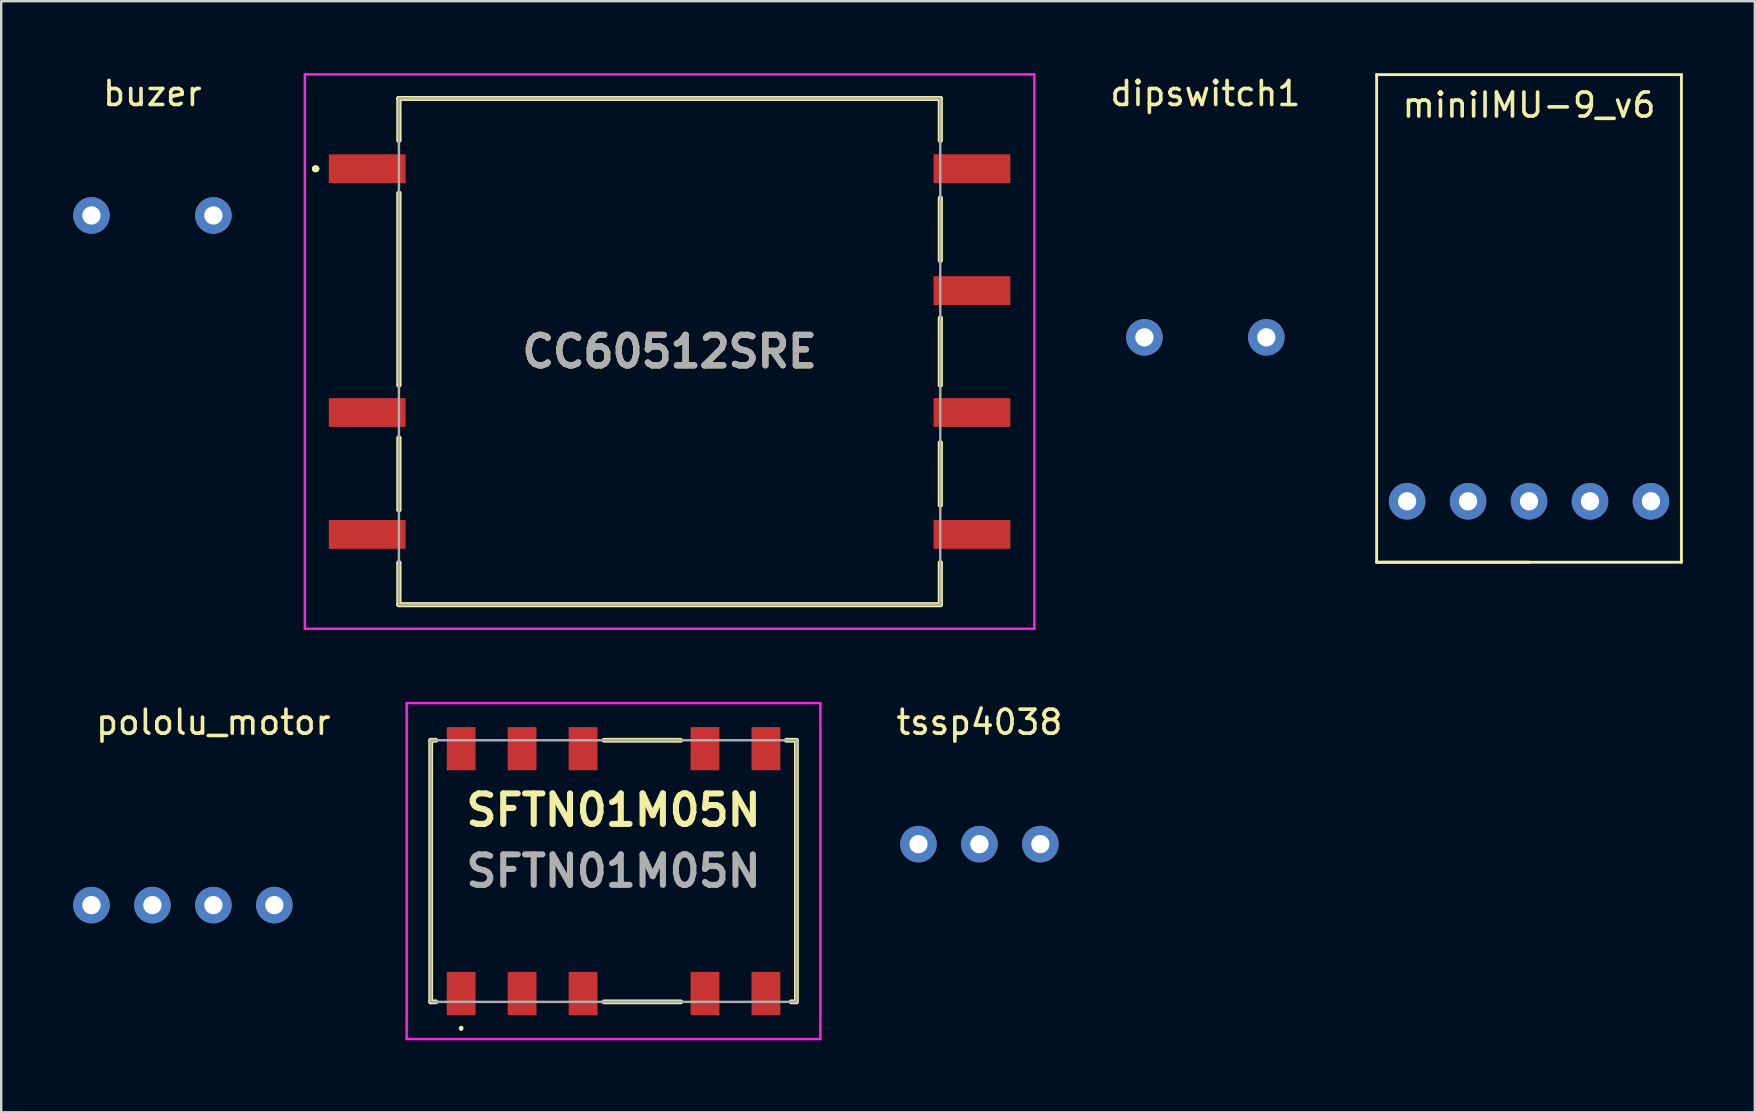
<source format=kicad_pcb>
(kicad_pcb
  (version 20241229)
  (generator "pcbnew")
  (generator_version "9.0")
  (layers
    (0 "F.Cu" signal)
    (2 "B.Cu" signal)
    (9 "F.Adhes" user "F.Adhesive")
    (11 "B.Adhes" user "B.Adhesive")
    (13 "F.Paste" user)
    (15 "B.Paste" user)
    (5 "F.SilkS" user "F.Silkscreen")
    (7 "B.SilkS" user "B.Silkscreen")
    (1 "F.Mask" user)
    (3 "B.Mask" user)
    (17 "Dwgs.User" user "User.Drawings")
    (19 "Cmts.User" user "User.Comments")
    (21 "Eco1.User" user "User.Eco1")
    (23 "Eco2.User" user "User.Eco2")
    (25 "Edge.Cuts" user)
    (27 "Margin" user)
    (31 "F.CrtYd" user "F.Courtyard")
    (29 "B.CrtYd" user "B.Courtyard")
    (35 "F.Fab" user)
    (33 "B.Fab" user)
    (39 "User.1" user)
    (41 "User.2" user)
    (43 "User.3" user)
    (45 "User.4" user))
  (footprint "CC60512SRE"
    (layer "F.Cu")
    (at 24.854 11.6)
    (property "Reference" "CC60512SRE" (at 0 0 0) (layer "F.SilkS") (effects (font (size 1.27 1.27) (thickness 0.254))))
    (attr smd)
    (fp_line (start -14.8 -7.62) (end -14.8 -7.62) (stroke (width 0.2) (type solid)) (layer "F.SilkS"))
    (fp_line (start -14.8 -7.62) (end -14.8 -7.62) (stroke (width 0.2) (type solid)) (layer "F.SilkS"))
    (fp_line (start -14.7 -7.62) (end -14.7 -7.62) (stroke (width 0.2) (type solid)) (layer "F.SilkS"))
    (fp_line (start -11.28 -10.55) (end -11.28 -10.55) (stroke (width 0.2) (type solid)) (layer "F.SilkS"))
    (fp_line (start -11.28 -10.55) (end -11.28 -10.55) (stroke (width 0.2) (type solid)) (layer "F.SilkS"))
    (fp_line (start -11.28 -10.55) (end -11.28 -8.8) (stroke (width 0.2) (type solid)) (layer "F.SilkS"))
    (fp_line (start -11.28 -10.55) (end 11.28 -10.55) (stroke (width 0.2) (type solid)) (layer "F.SilkS"))
    (fp_line (start -11.28 -8.8) (end -11.28 -10.55) (stroke (width 0.2) (type solid)) (layer "F.SilkS"))
    (fp_line (start -11.28 -8.8) (end -11.28 -8.8) (stroke (width 0.2) (type solid)) (layer "F.SilkS"))
    (fp_line (start -11.28 -6.6) (end -11.28 -6.6) (stroke (width 0.2) (type solid)) (layer "F.SilkS"))
    (fp_line (start -11.28 -6.6) (end -11.28 1.4) (stroke (width 0.2) (type solid)) (layer "F.SilkS"))
    (fp_line (start -11.28 1.4) (end -11.28 -6.6) (stroke (width 0.2) (type solid)) (layer "F.SilkS"))
    (fp_line (start -11.28 1.4) (end -11.28 1.4) (stroke (width 0.2) (type solid)) (layer "F.SilkS"))
    (fp_line (start -11.28 3.6) (end -11.28 3.6) (stroke (width 0.2) (type solid)) (layer "F.SilkS"))
    (fp_line (start -11.28 3.6) (end -11.28 6.6) (stroke (width 0.2) (type solid)) (layer "F.SilkS"))
    (fp_line (start -11.28 6.6) (end -11.28 3.6) (stroke (width 0.2) (type solid)) (layer "F.SilkS"))
    (fp_line (start -11.28 6.6) (end -11.28 6.6) (stroke (width 0.2) (type solid)) (layer "F.SilkS"))
    (fp_line (start -11.28 8.8) (end -11.28 8.8) (stroke (width 0.2) (type solid)) (layer "F.SilkS"))
    (fp_line (start -11.28 8.8) (end -11.28 10.55) (stroke (width 0.2) (type solid)) (layer "F.SilkS"))
    (fp_line (start -11.28 10.55) (end -11.28 8.8) (stroke (width 0.2) (type solid)) (layer "F.SilkS"))
    (fp_line (start -11.28 10.55) (end -11.28 10.55) (stroke (width 0.2) (type solid)) (layer "F.SilkS"))
    (fp_line (start -11.28 10.55) (end -11.28 10.55) (stroke (width 0.2) (type solid)) (layer "F.SilkS"))
    (fp_line (start -11.28 10.55) (end 11.28 10.55) (stroke (width 0.2) (type solid)) (layer "F.SilkS"))
    (fp_line (start 11.28 -10.55) (end -11.28 -10.55) (stroke (width 0.2) (type solid)) (layer "F.SilkS"))
    (fp_line (start 11.28 -10.55) (end 11.28 -10.55) (stroke (width 0.2) (type solid)) (layer "F.SilkS"))
    (fp_line (start 11.28 -10.55) (end 11.28 -10.55) (stroke (width 0.2) (type solid)) (layer "F.SilkS"))
    (fp_line (start 11.28 -10.55) (end 11.28 -8.8) (stroke (width 0.2) (type solid)) (layer "F.SilkS"))
    (fp_line (start 11.28 -8.8) (end 11.28 -10.55) (stroke (width 0.2) (type solid)) (layer "F.SilkS"))
    (fp_line (start 11.28 -8.8) (end 11.28 -8.8) (stroke (width 0.2) (type solid)) (layer "F.SilkS"))
    (fp_line (start 11.28 -6.4) (end 11.28 -6.4) (stroke (width 0.2) (type solid)) (layer "F.SilkS"))
    (fp_line (start 11.28 -6.4) (end 11.28 -3.8) (stroke (width 0.2) (type solid)) (layer "F.SilkS"))
    (fp_line (start 11.28 -3.8) (end 11.28 -6.4) (stroke (width 0.2) (type solid)) (layer "F.SilkS"))
    (fp_line (start 11.28 -3.8) (end 11.28 -3.8) (stroke (width 0.2) (type solid)) (layer "F.SilkS"))
    (fp_line (start 11.28 -1.4) (end 11.28 -1.4) (stroke (width 0.2) (type solid)) (layer "F.SilkS"))
    (fp_line (start 11.28 -1.4) (end 11.28 1.4) (stroke (width 0.2) (type solid)) (layer "F.SilkS"))
    (fp_line (start 11.28 1.4) (end 11.28 -1.4) (stroke (width 0.2) (type solid)) (layer "F.SilkS"))
    (fp_line (start 11.28 1.4) (end 11.28 1.4) (stroke (width 0.2) (type solid)) (layer "F.SilkS"))
    (fp_line (start 11.28 3.8) (end 11.28 3.8) (stroke (width 0.2) (type solid)) (layer "F.SilkS"))
    (fp_line (start 11.28 3.8) (end 11.28 6.4) (stroke (width 0.2) (type solid)) (layer "F.SilkS"))
    (fp_line (start 11.28 6.4) (end 11.28 3.8) (stroke (width 0.2) (type solid)) (layer "F.SilkS"))
    (fp_line (start 11.28 6.4) (end 11.28 6.4) (stroke (width 0.2) (type solid)) (layer "F.SilkS"))
    (fp_line (start 11.28 8.8) (end 11.28 8.8) (stroke (width 0.2) (type solid)) (layer "F.SilkS"))
    (fp_line (start 11.28 8.8) (end 11.28 10.55) (stroke (width 0.2) (type solid)) (layer "F.SilkS"))
    (fp_line (start 11.28 10.55) (end -11.28 10.55) (stroke (width 0.2) (type solid)) (layer "F.SilkS"))
    (fp_line (start 11.28 10.55) (end 11.28 8.8) (stroke (width 0.2) (type solid)) (layer "F.SilkS"))
    (fp_line (start 11.28 10.55) (end 11.28 10.55) (stroke (width 0.2) (type solid)) (layer "F.SilkS"))
    (fp_line (start 11.28 10.55) (end 11.28 10.55) (stroke (width 0.2) (type solid)) (layer "F.SilkS"))
    (fp_arc (start -14.8 -7.62) (mid -14.75 -7.67) (end -14.7 -7.62) (stroke (width 0.2) (type solid)) (layer "F.SilkS"))
    (fp_arc (start -14.7 -7.62) (mid -14.75 -7.57) (end -14.8 -7.62) (stroke (width 0.2) (type solid)) (layer "F.SilkS"))
    (fp_arc (start -14.7 -7.62) (mid -14.75 -7.57) (end -14.8 -7.62) (stroke (width 0.2) (type solid)) (layer "F.SilkS"))
    (fp_line (start -15.2 -11.55) (end 15.2 -11.55) (stroke (width 0.1) (type solid)) (layer "F.CrtYd"))
    (fp_line (start -15.2 11.55) (end -15.2 -11.55) (stroke (width 0.1) (type solid)) (layer "F.CrtYd"))
    (fp_line (start 15.2 -11.55) (end 15.2 11.55) (stroke (width 0.1) (type solid)) (layer "F.CrtYd"))
    (fp_line (start 15.2 11.55) (end -15.2 11.55) (stroke (width 0.1) (type solid)) (layer "F.CrtYd"))
    (fp_line (start -11.28 -10.55) (end -11.28 10.55) (stroke (width 0.1) (type solid)) (layer "F.Fab"))
    (fp_line (start -11.28 10.55) (end 11.28 10.55) (stroke (width 0.1) (type solid)) (layer "F.Fab"))
    (fp_line (start 11.28 -10.55) (end -11.28 -10.55) (stroke (width 0.1) (type solid)) (layer "F.Fab"))
    (fp_line (start 11.28 10.55) (end 11.28 -10.55) (stroke (width 0.1) (type solid)) (layer "F.Fab"))
    (fp_text user "${REFERENCE}" (at 0 0 0) (layer "F.Fab") (effects (font (size 1.27 1.27) (thickness 0.254))))
    (pad "1" smd rect (at -12.6 -7.62 90) (size 1.2 3.2) (layers "F.Cu" "F.Mask" "F.Paste"))
    (pad "2" smd rect (at -12.6 2.54 90) (size 1.2 3.2) (layers "F.Cu" "F.Mask" "F.Paste"))
    (pad "3" smd rect (at -12.6 7.62 90) (size 1.2 3.2) (layers "F.Cu" "F.Mask" "F.Paste"))
    (pad "4" smd rect (at 12.6 7.62 90) (size 1.2 3.2) (layers "F.Cu" "F.Mask" "F.Paste"))
    (pad "5" smd rect (at 12.6 2.54 90) (size 1.2 3.2) (layers "F.Cu" "F.Mask" "F.Paste"))
    (pad "6" smd rect (at 12.6 -2.54 90) (size 1.2 3.2) (layers "F.Cu" "F.Mask" "F.Paste"))
    (pad "7" smd rect (at 12.6 -7.62 90) (size 1.2 3.2) (layers "F.Cu" "F.Mask" "F.Paste")))
  (footprint "miniIMU-9_v6"
    (layer "F.Cu")
    (at 60.669 7.68)
    (property "Reference" "miniIMU-9_v6" (at 0 -6.35 0) (layer "F.SilkS") (effects (font (size 1 1) (thickness 0.15))))
    (attr through_hole)
    (fp_line (start -6.35 -7.62) (end -6.35 12.7) (stroke (width 0.12) (type solid)) (layer "F.SilkS"))
    (fp_line (start -6.35 12.7) (end 6.35 12.7) (stroke (width 0.12) (type solid)) (layer "F.SilkS"))
    (fp_line (start 0 12.7) (end -6.35 12.7) (stroke (width 0.12) (type solid)) (layer "F.SilkS"))
    (fp_line (start 6.35 -7.62) (end -6.35 -7.62) (stroke (width 0.12) (type solid)) (layer "F.SilkS"))
    (fp_line (start 6.35 12.7) (end 6.35 -7.62) (stroke (width 0.12) (type solid)) (layer "F.SilkS"))
    (pad "0" thru_hole circle (at -5.08 10.16) (size 1.524 1.524) (drill 0.762) (layers "*.Cu" "*.Mask"))
    (pad "1" thru_hole circle (at -2.54 10.16) (size 1.524 1.524) (drill 0.762) (layers "*.Cu" "*.Mask"))
    (pad "2" thru_hole circle (at 0 10.16) (size 1.524 1.524) (drill 0.762) (layers "*.Cu" "*.Mask"))
    (pad "3" thru_hole circle (at 2.54 10.16) (size 1.524 1.524) (drill 0.762) (layers "*.Cu" "*.Mask"))
    (pad "4" thru_hole circle (at 5.08 10.16) (size 1.524 1.524) (drill 0.762) (layers "*.Cu" "*.Mask")))
  (footprint "dipswitch1"
    (layer "F.Cu")
    (at 47.181 11.008)
    (property "Reference" "dipswitch1" (at 0 -10.16 0) (layer "F.SilkS") (effects (font (size 1 1) (thickness 0.15))))
    (attr through_hole)
    (pad "1" thru_hole circle (at -2.54 0) (size 1.524 1.524) (drill 0.762) (layers "*.Cu" "*.Mask"))
    (pad "2" thru_hole circle (at 2.54 0) (size 1.524 1.524) (drill 0.762) (layers "*.Cu" "*.Mask")))
  (footprint "SFTN01M05N"
    (layer "F.Cu")
    (at 22.518 33.25)
    (property "Reference" "SFTN01M05N" (at 0 -2.54 0) (layer "F.SilkS") (effects (font (size 1.27 1.27) (thickness 0.254))))
    (attr smd)
    (fp_line (start -7.62 -5.45) (end -7.4 -5.45) (stroke (width 0.2) (type solid)) (layer "F.SilkS"))
    (fp_line (start -7.62 5.45) (end -7.62 -5.45) (stroke (width 0.2) (type solid)) (layer "F.SilkS"))
    (fp_line (start -7.4 5.45) (end -7.62 5.45) (stroke (width 0.2) (type solid)) (layer "F.SilkS"))
    (fp_line (start -6.35 6.5) (end -6.35 6.5) (stroke (width 0.1) (type solid)) (layer "F.SilkS"))
    (fp_line (start -6.35 6.6) (end -6.35 6.6) (stroke (width 0.1) (type solid)) (layer "F.SilkS"))
    (fp_line (start -0.4 -5.45) (end 2.8 -5.45) (stroke (width 0.2) (type solid)) (layer "F.SilkS"))
    (fp_line (start -0.4 5.45) (end 2.8 5.45) (stroke (width 0.2) (type solid)) (layer "F.SilkS"))
    (fp_line (start 7.4 5.45) (end 7.62 5.45) (stroke (width 0.2) (type solid)) (layer "F.SilkS"))
    (fp_line (start 7.62 -5.45) (end 7.2 -5.45) (stroke (width 0.2) (type solid)) (layer "F.SilkS"))
    (fp_line (start 7.62 5.45) (end 7.62 -5.45) (stroke (width 0.2) (type solid)) (layer "F.SilkS"))
    (fp_arc (start -6.35 6.5) (mid -6.3 6.55) (end -6.35 6.6) (stroke (width 0.1) (type solid)) (layer "F.SilkS"))
    (fp_arc (start -6.35 6.6) (mid -6.4 6.55) (end -6.35 6.5) (stroke (width 0.1) (type solid)) (layer "F.SilkS"))
    (fp_line (start -8.62 -7) (end 8.62 -7) (stroke (width 0.1) (type solid)) (layer "F.CrtYd"))
    (fp_line (start -8.62 7) (end -8.62 -7) (stroke (width 0.1) (type solid)) (layer "F.CrtYd"))
    (fp_line (start 8.62 -7) (end 8.62 7) (stroke (width 0.1) (type solid)) (layer "F.CrtYd"))
    (fp_line (start 8.62 7) (end -8.62 7) (stroke (width 0.1) (type solid)) (layer "F.CrtYd"))
    (fp_line (start -7.62 -5.45) (end 7.62 -5.45) (stroke (width 0.1) (type solid)) (layer "F.Fab"))
    (fp_line (start -7.62 5.45) (end -7.62 -5.45) (stroke (width 0.1) (type solid)) (layer "F.Fab"))
    (fp_line (start 7.62 -5.45) (end 7.62 5.45) (stroke (width 0.1) (type solid)) (layer "F.Fab"))
    (fp_line (start 7.62 5.45) (end -7.62 5.45) (stroke (width 0.1) (type solid)) (layer "F.Fab"))
    (fp_text user "${REFERENCE}" (at 0 0 0) (layer "F.Fab") (effects (font (size 1.27 1.27) (thickness 0.254))))
    (pad "1" smd rect (at -6.35 5.1) (size 1.2 1.8) (layers "F.Cu" "F.Mask" "F.Paste"))
    (pad "2" smd rect (at -3.81 5.1) (size 1.2 1.8) (layers "F.Cu" "F.Mask" "F.Paste"))
    (pad "3" smd rect (at -1.27 5.1) (size 1.2 1.8) (layers "F.Cu" "F.Mask" "F.Paste"))
    (pad "5" smd rect (at 3.81 5.1) (size 1.2 1.8) (layers "F.Cu" "F.Mask" "F.Paste"))
    (pad "6" smd rect (at 6.35 5.1) (size 1.2 1.8) (layers "F.Cu" "F.Mask" "F.Paste"))
    (pad "7" smd rect (at 6.35 -5.1) (size 1.2 1.8) (layers "F.Cu" "F.Mask" "F.Paste"))
    (pad "8" smd rect (at 3.81 -5.1) (size 1.2 1.8) (layers "F.Cu" "F.Mask" "F.Paste"))
    (pad "10" smd rect (at -1.27 -5.1) (size 1.2 1.8) (layers "F.Cu" "F.Mask" "F.Paste"))
    (pad "11" smd rect (at -3.81 -5.1) (size 1.2 1.8) (layers "F.Cu" "F.Mask" "F.Paste"))
    (pad "12" smd rect (at -6.35 -5.1) (size 1.2 1.8) (layers "F.Cu" "F.Mask" "F.Paste")))
  (footprint "buzer"
    (layer "F.Cu")
    (at 3.302 5.928)
    (property "Reference" "buzer" (at 0 -5.08 0) (layer "F.SilkS") (effects (font (size 1 1) (thickness 0.15))))
    (attr through_hole)
    (pad "1" thru_hole circle (at -2.54 0) (size 1.524 1.524) (drill 0.762) (layers "*.Cu" "*.Mask"))
    (pad "2" thru_hole circle (at 2.54 0) (size 1.524 1.524) (drill 0.762) (layers "*.Cu" "*.Mask")))
  (footprint "pololu_motor"
    (layer "F.Cu")
    (at 5.842 34.668)
    (property "Reference" "pololu_motor" (at 0 -7.62 0) (layer "F.SilkS") (effects (font (size 1 1) (thickness 0.15))))
    (attr through_hole)
    (pad "1" thru_hole circle (at -5.08 0) (size 1.524 1.524) (drill 0.762) (layers "*.Cu" "*.Mask"))
    (pad "2" thru_hole circle (at -2.54 0) (size 1.524 1.524) (drill 0.762) (layers "*.Cu" "*.Mask"))
    (pad "3" thru_hole circle (at 0 0) (size 1.524 1.524) (drill 0.762) (layers "*.Cu" "*.Mask"))
    (pad "4" thru_hole circle (at 2.54 0) (size 1.524 1.524) (drill 0.762) (layers "*.Cu" "*.Mask")))
  (footprint "tssp4038"
    (layer "F.Cu")
    (at 37.765 32.128)
    (property "Reference" "tssp4038" (at 0 -5.08 0) (layer "F.SilkS") (effects (font (size 1 1) (thickness 0.15))))
    (attr through_hole)
    (pad "1" thru_hole circle (at -2.54 0) (size 1.524 1.524) (drill 0.762) (layers "*.Cu" "*.Mask"))
    (pad "2" thru_hole circle (at 0 0) (size 1.524 1.524) (drill 0.762) (layers "*.Cu" "*.Mask"))
    (pad "3" thru_hole circle (at 2.54 0) (size 1.524 1.524) (drill 0.762) (layers "*.Cu" "*.Mask")))
  (gr_rect
    (start -3 -3)
    (end 70.079 43.3)
    (stroke (width 0.1) (type default))
    (fill no)
    (layer "Edge.Cuts")))
</source>
